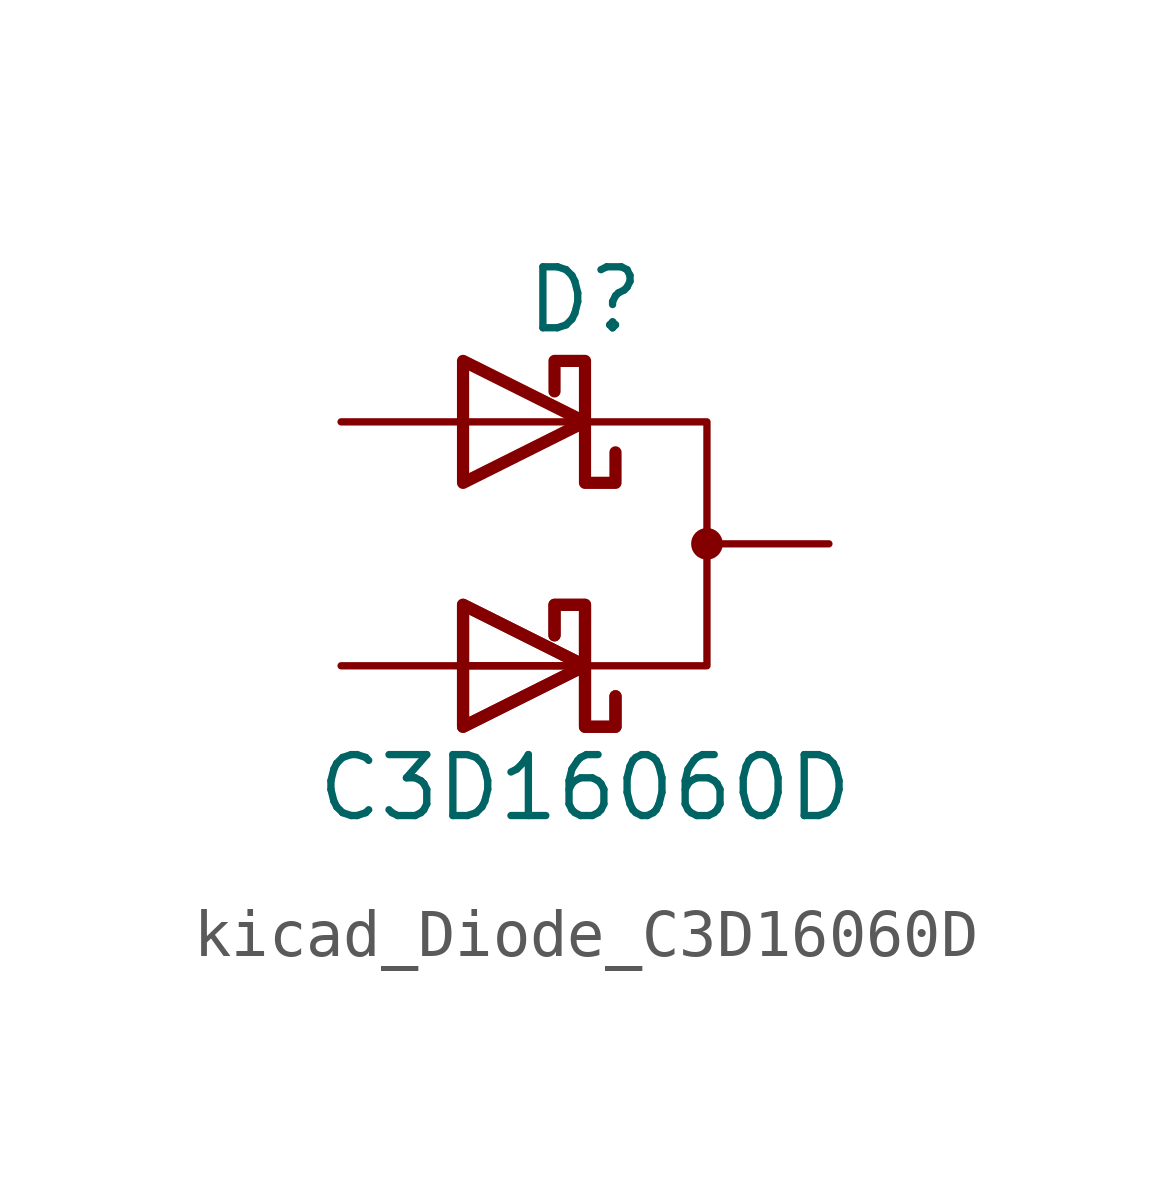
<source format=kicad_sym>
(kicad_symbol_lib
  (version 20220914)
  (generator kicad_symbol_editor)
  (symbol "kicad_Diode_C3D16060D"
    (pin_numbers hide)
    (pin_names
      (offset 1.016) hide)
    (property "Reference" "D"
      (at 0 5.08 0)
      (effects (font (size 1.27 1.27))))
    (property "Value" "C3D16060D"
      (at 0 -5.08 0)
      (effects (font (size 1.27 1.27))))
    (symbol "kicad_Diode_C3D16060D_0_1"
      (polyline (pts (xy -2.54 -2.54) (xy 0 -2.54)) (stroke (width 0) (type default)) (fill (type none)))
      (polyline (pts (xy -2.54 -2.54) (xy 0 -2.54)) (stroke (width 0) (type default)) (fill (type none)))
      (polyline (pts (xy -2.54 2.54) (xy 0 2.54)) (stroke (width 0) (type default)) (fill (type none)))
      (polyline (pts (xy -2.54 -3.81) (xy -2.54 -1.27) (xy 0 -2.54) (xy -2.54 -3.81)) (stroke (width 0.254) (type default)) (fill (type none)))
      (polyline (pts (xy -2.54 -3.81) (xy -2.54 -1.27) (xy 0 -2.54) (xy -2.54 -3.81)) (stroke (width 0.254) (type default)) (fill (type none)))
      (polyline (pts (xy -2.54 1.27) (xy -2.54 3.81) (xy 0 2.54) (xy -2.54 1.27)) (stroke (width 0.254) (type default)) (fill (type none)))
      (polyline (pts (xy 0 2.54) (xy 2.54 2.54) (xy 2.54 -2.54) (xy 0 -2.54)) (stroke (width 0) (type default)) (fill (type none)))
      (polyline (pts (xy 0.635 -3.175) (xy 0.635 -3.81) (xy 0 -3.81) (xy 0 -1.27) (xy -0.635 -1.27) (xy -0.635 -1.905)) (stroke (width 0.254) (type default)) (fill (type none)))
      (polyline (pts (xy 0.635 -3.175) (xy 0.635 -3.81) (xy 0 -3.81) (xy 0 -1.27) (xy -0.635 -1.27) (xy -0.635 -1.905)) (stroke (width 0.254) (type default)) (fill (type none)))
      (polyline (pts (xy 0.635 1.905) (xy 0.635 1.27) (xy 0 1.27) (xy 0 3.81) (xy -0.635 3.81) (xy -0.635 3.175)) (stroke (width 0.254) (type default)) (fill (type none)))
      (circle (center 2.54 0) (radius 0.254) (stroke (width 0) (type default)) (fill (type outline))))
    (symbol "kicad_Diode_C3D16060D_1_1"
      (pin passive line (at -5.08 2.54 0) (length 2.54) (name "A1" (effects (font (size 1.27 1.27)))) (number "1" (effects (font (size 1.27 1.27)))))
      (pin passive line (at 5.08 0 180) (length 2.54) (name "K" (effects (font (size 1.27 1.27)))) (number "2" (effects (font (size 1.27 1.27)))))
      (pin passive line (at -5.08 -2.54 0) (length 2.54) (name "A2" (effects (font (size 1.27 1.27)))) (number "3" (effects (font (size 1.27 1.27))))))))
</source>
